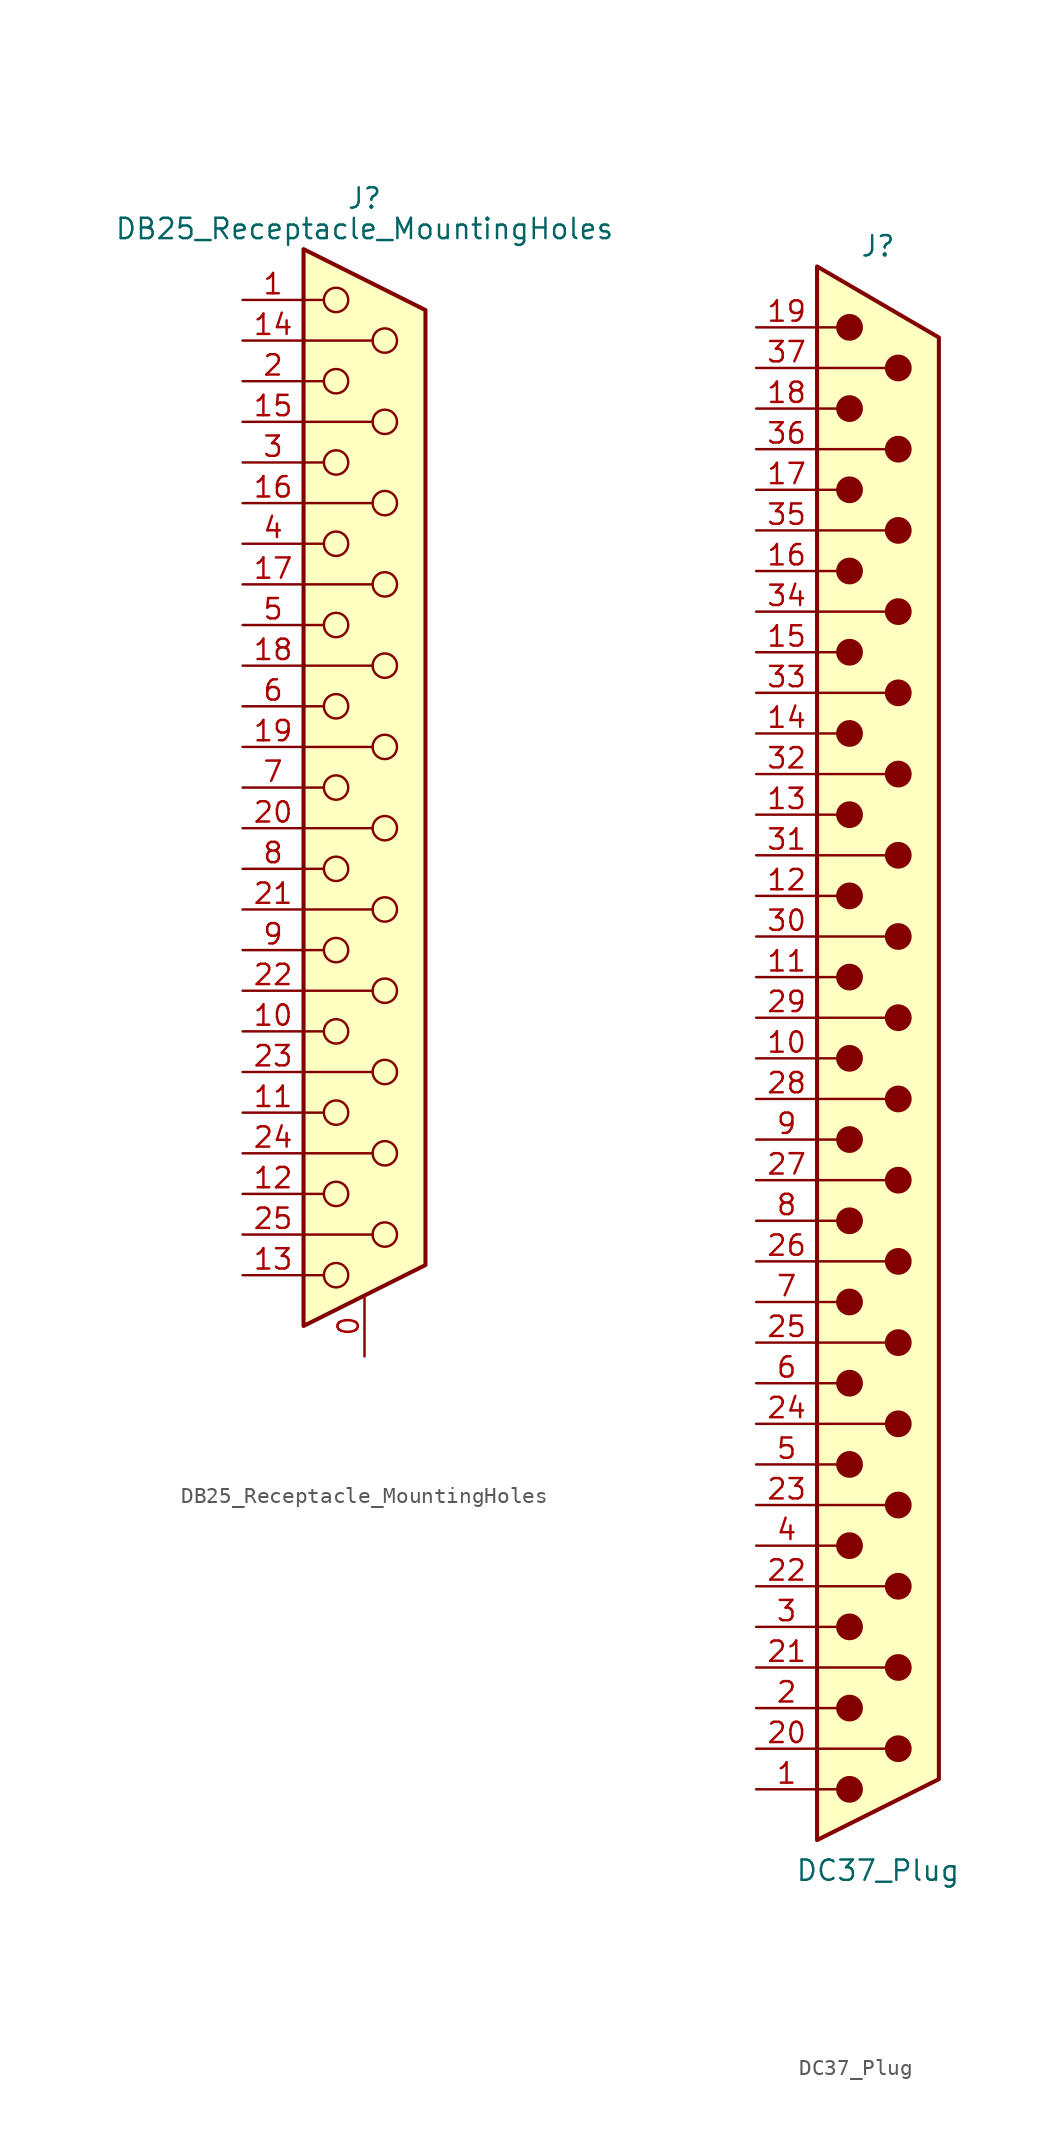
<source format=kicad_sym>
(kicad_symbol_lib
  (version 20241209)
  (generator "kicad_symbol_editor")
  (generator_version "9.0")
  (symbol "DB25_Receptacle_MountingHoles"
    (pin_names
      (offset 1.016)
      (hide yes))
    (property "Reference" "J"
      (at 0 36.83 0)
      (effects (font (size 1.27 1.27))))
    (property "Value" "DB25_Receptacle_MountingHoles"
      (at 0 34.925 0)
      (effects (font (size 1.27 1.27))))
    (symbol "DB25_Receptacle_MountingHoles_0_1"
      (polyline (pts (xy -3.81 33.655) (xy 3.81 29.845) (xy 3.81 -29.845) (xy -3.81 -33.655) (xy -3.81 33.655)) (stroke (width 0.254) (type default)) (fill (type background)))
      (polyline (pts (xy -3.81 30.48) (xy -2.54 30.48)) (stroke (width 0) (type default)) (fill (type none)))
      (polyline (pts (xy -3.81 27.94) (xy 0.508 27.94)) (stroke (width 0) (type default)) (fill (type none)))
      (polyline (pts (xy -3.81 25.4) (xy -2.54 25.4)) (stroke (width 0) (type default)) (fill (type none)))
      (polyline (pts (xy -3.81 22.86) (xy 0.508 22.86)) (stroke (width 0) (type default)) (fill (type none)))
      (polyline (pts (xy -3.81 20.32) (xy -2.54 20.32)) (stroke (width 0) (type default)) (fill (type none)))
      (polyline (pts (xy -3.81 17.78) (xy 0.508 17.78)) (stroke (width 0) (type default)) (fill (type none)))
      (polyline (pts (xy -3.81 15.24) (xy -2.54 15.24)) (stroke (width 0) (type default)) (fill (type none)))
      (polyline (pts (xy -3.81 12.7) (xy 0.508 12.7)) (stroke (width 0) (type default)) (fill (type none)))
      (polyline (pts (xy -3.81 10.16) (xy -2.54 10.16)) (stroke (width 0) (type default)) (fill (type none)))
      (polyline (pts (xy -3.81 7.62) (xy 0.508 7.62)) (stroke (width 0) (type default)) (fill (type none)))
      (polyline (pts (xy -3.81 5.08) (xy -2.54 5.08)) (stroke (width 0) (type default)) (fill (type none)))
      (polyline (pts (xy -3.81 2.54) (xy 0.508 2.54)) (stroke (width 0) (type default)) (fill (type none)))
      (polyline (pts (xy -3.81 0) (xy -2.54 0)) (stroke (width 0) (type default)) (fill (type none)))
      (polyline (pts (xy -3.81 -2.54) (xy 0.508 -2.54)) (stroke (width 0) (type default)) (fill (type none)))
      (polyline (pts (xy -3.81 -5.08) (xy -2.54 -5.08)) (stroke (width 0) (type default)) (fill (type none)))
      (polyline (pts (xy -3.81 -7.62) (xy 0.508 -7.62)) (stroke (width 0) (type default)) (fill (type none)))
      (polyline (pts (xy -3.81 -10.16) (xy -2.54 -10.16)) (stroke (width 0) (type default)) (fill (type none)))
      (polyline (pts (xy -3.81 -12.7) (xy 0.508 -12.7)) (stroke (width 0) (type default)) (fill (type none)))
      (polyline (pts (xy -3.81 -15.24) (xy -2.54 -15.24)) (stroke (width 0) (type default)) (fill (type none)))
      (polyline (pts (xy -3.81 -17.78) (xy 0.508 -17.78)) (stroke (width 0) (type default)) (fill (type none)))
      (polyline (pts (xy -3.81 -20.32) (xy -2.54 -20.32)) (stroke (width 0) (type default)) (fill (type none)))
      (polyline (pts (xy -3.81 -22.86) (xy 0.508 -22.86)) (stroke (width 0) (type default)) (fill (type none)))
      (polyline (pts (xy -3.81 -25.4) (xy -2.54 -25.4)) (stroke (width 0) (type default)) (fill (type none)))
      (polyline (pts (xy -3.81 -27.94) (xy 0.508 -27.94)) (stroke (width 0) (type default)) (fill (type none)))
      (polyline (pts (xy -3.81 -30.48) (xy -2.54 -30.48)) (stroke (width 0) (type default)) (fill (type none)))
      (circle (center -1.778 30.48) (radius 0.762) (stroke (width 0) (type default)) (fill (type none)))
      (circle (center -1.778 25.4) (radius 0.762) (stroke (width 0) (type default)) (fill (type none)))
      (circle (center -1.778 20.32) (radius 0.762) (stroke (width 0) (type default)) (fill (type none)))
      (circle (center -1.778 15.24) (radius 0.762) (stroke (width 0) (type default)) (fill (type none)))
      (circle (center -1.778 10.16) (radius 0.762) (stroke (width 0) (type default)) (fill (type none)))
      (circle (center -1.778 5.08) (radius 0.762) (stroke (width 0) (type default)) (fill (type none)))
      (circle (center -1.778 0) (radius 0.762) (stroke (width 0) (type default)) (fill (type none)))
      (circle (center -1.778 -5.08) (radius 0.762) (stroke (width 0) (type default)) (fill (type none)))
      (circle (center -1.778 -10.16) (radius 0.762) (stroke (width 0) (type default)) (fill (type none)))
      (circle (center -1.778 -15.24) (radius 0.762) (stroke (width 0) (type default)) (fill (type none)))
      (circle (center -1.778 -20.32) (radius 0.762) (stroke (width 0) (type default)) (fill (type none)))
      (circle (center -1.778 -25.4) (radius 0.762) (stroke (width 0) (type default)) (fill (type none)))
      (circle (center -1.778 -30.48) (radius 0.762) (stroke (width 0) (type default)) (fill (type none)))
      (circle (center 1.27 27.94) (radius 0.762) (stroke (width 0) (type default)) (fill (type none)))
      (circle (center 1.27 22.86) (radius 0.762) (stroke (width 0) (type default)) (fill (type none)))
      (circle (center 1.27 17.78) (radius 0.762) (stroke (width 0) (type default)) (fill (type none)))
      (circle (center 1.27 12.7) (radius 0.762) (stroke (width 0) (type default)) (fill (type none)))
      (circle (center 1.27 7.62) (radius 0.762) (stroke (width 0) (type default)) (fill (type none)))
      (circle (center 1.27 2.54) (radius 0.762) (stroke (width 0) (type default)) (fill (type none)))
      (circle (center 1.27 -2.54) (radius 0.762) (stroke (width 0) (type default)) (fill (type none)))
      (circle (center 1.27 -7.62) (radius 0.762) (stroke (width 0) (type default)) (fill (type none)))
      (circle (center 1.27 -12.7) (radius 0.762) (stroke (width 0) (type default)) (fill (type none)))
      (circle (center 1.27 -17.78) (radius 0.762) (stroke (width 0) (type default)) (fill (type none)))
      (circle (center 1.27 -22.86) (radius 0.762) (stroke (width 0) (type default)) (fill (type none)))
      (circle (center 1.27 -27.94) (radius 0.762) (stroke (width 0) (type default)) (fill (type none))))
    (symbol "DB25_Receptacle_MountingHoles_1_1"
      (pin passive line (at -7.62 30.48 0) (length 3.81) (name "1" (effects (font (size 1.27 1.27)))) (number "1" (effects (font (size 1.27 1.27)))))
      (pin passive line (at -7.62 27.94 0) (length 3.81) (name "P14" (effects (font (size 1.27 1.27)))) (number "14" (effects (font (size 1.27 1.27)))))
      (pin passive line (at -7.62 25.4 0) (length 3.81) (name "2" (effects (font (size 1.27 1.27)))) (number "2" (effects (font (size 1.27 1.27)))))
      (pin passive line (at -7.62 22.86 0) (length 3.81) (name "P15" (effects (font (size 1.27 1.27)))) (number "15" (effects (font (size 1.27 1.27)))))
      (pin passive line (at -7.62 20.32 0) (length 3.81) (name "3" (effects (font (size 1.27 1.27)))) (number "3" (effects (font (size 1.27 1.27)))))
      (pin passive line (at -7.62 17.78 0) (length 3.81) (name "P16" (effects (font (size 1.27 1.27)))) (number "16" (effects (font (size 1.27 1.27)))))
      (pin passive line (at -7.62 15.24 0) (length 3.81) (name "4" (effects (font (size 1.27 1.27)))) (number "4" (effects (font (size 1.27 1.27)))))
      (pin passive line (at -7.62 12.7 0) (length 3.81) (name "P17" (effects (font (size 1.27 1.27)))) (number "17" (effects (font (size 1.27 1.27)))))
      (pin passive line (at -7.62 10.16 0) (length 3.81) (name "5" (effects (font (size 1.27 1.27)))) (number "5" (effects (font (size 1.27 1.27)))))
      (pin passive line (at -7.62 7.62 0) (length 3.81) (name "P18" (effects (font (size 1.27 1.27)))) (number "18" (effects (font (size 1.27 1.27)))))
      (pin passive line (at -7.62 5.08 0) (length 3.81) (name "6" (effects (font (size 1.27 1.27)))) (number "6" (effects (font (size 1.27 1.27)))))
      (pin passive line (at -7.62 2.54 0) (length 3.81) (name "P19" (effects (font (size 1.27 1.27)))) (number "19" (effects (font (size 1.27 1.27)))))
      (pin passive line (at -7.62 0 0) (length 3.81) (name "7" (effects (font (size 1.27 1.27)))) (number "7" (effects (font (size 1.27 1.27)))))
      (pin passive line (at -7.62 -2.54 0) (length 3.81) (name "P20" (effects (font (size 1.27 1.27)))) (number "20" (effects (font (size 1.27 1.27)))))
      (pin passive line (at -7.62 -5.08 0) (length 3.81) (name "8" (effects (font (size 1.27 1.27)))) (number "8" (effects (font (size 1.27 1.27)))))
      (pin passive line (at -7.62 -7.62 0) (length 3.81) (name "P21" (effects (font (size 1.27 1.27)))) (number "21" (effects (font (size 1.27 1.27)))))
      (pin passive line (at -7.62 -10.16 0) (length 3.81) (name "9" (effects (font (size 1.27 1.27)))) (number "9" (effects (font (size 1.27 1.27)))))
      (pin passive line (at -7.62 -12.7 0) (length 3.81) (name "P22" (effects (font (size 1.27 1.27)))) (number "22" (effects (font (size 1.27 1.27)))))
      (pin passive line (at -7.62 -15.24 0) (length 3.81) (name "10" (effects (font (size 1.27 1.27)))) (number "10" (effects (font (size 1.27 1.27)))))
      (pin passive line (at -7.62 -17.78 0) (length 3.81) (name "P23" (effects (font (size 1.27 1.27)))) (number "23" (effects (font (size 1.27 1.27)))))
      (pin passive line (at -7.62 -20.32 0) (length 3.81) (name "11" (effects (font (size 1.27 1.27)))) (number "11" (effects (font (size 1.27 1.27)))))
      (pin passive line (at -7.62 -22.86 0) (length 3.81) (name "P24" (effects (font (size 1.27 1.27)))) (number "24" (effects (font (size 1.27 1.27)))))
      (pin passive line (at -7.62 -25.4 0) (length 3.81) (name "12" (effects (font (size 1.27 1.27)))) (number "12" (effects (font (size 1.27 1.27)))))
      (pin passive line (at -7.62 -27.94 0) (length 3.81) (name "P25" (effects (font (size 1.27 1.27)))) (number "25" (effects (font (size 1.27 1.27)))))
      (pin passive line (at -7.62 -30.48 0) (length 3.81) (name "13" (effects (font (size 1.27 1.27)))) (number "13" (effects (font (size 1.27 1.27)))))
      (pin passive line (at 0 -35.56 90) (length 3.81) (name "PAD" (effects (font (size 1.27 1.27)))) (number "0" (effects (font (size 1.27 1.27)))))))
  (symbol "DC37_Plug"
    (pin_names
      (offset 1.016)
      (hide yes))
    (property "Reference" "J"
      (at 0 50.8 0)
      (effects (font (size 1.27 1.27))))
    (property "Value" "DC37_Plug"
      (at 0 -50.8 0)
      (effects (font (size 1.27 1.27))))
    (symbol "DC37_Plug_0_1"
      (polyline (pts (xy -3.81 49.53) (xy 3.81 45.085) (xy 3.81 -45.085) (xy -3.81 -48.895) (xy -3.81 49.53)) (stroke (width 0.254) (type default)) (fill (type background)))
      (polyline (pts (xy -3.81 45.72) (xy -2.54 45.72)) (stroke (width 0) (type default)) (fill (type none)))
      (polyline (pts (xy -3.81 43.18) (xy 0.508 43.18)) (stroke (width 0) (type default)) (fill (type none)))
      (polyline (pts (xy -3.81 40.64) (xy -2.54 40.64)) (stroke (width 0) (type default)) (fill (type none)))
      (polyline (pts (xy -3.81 38.1) (xy 0.508 38.1)) (stroke (width 0) (type default)) (fill (type none)))
      (polyline (pts (xy -3.81 35.56) (xy -2.54 35.56)) (stroke (width 0) (type default)) (fill (type none)))
      (polyline (pts (xy -3.81 33.02) (xy 0.508 33.02)) (stroke (width 0) (type default)) (fill (type none)))
      (polyline (pts (xy -3.81 30.48) (xy -2.54 30.48)) (stroke (width 0) (type default)) (fill (type none)))
      (polyline (pts (xy -3.81 27.94) (xy 0.508 27.94)) (stroke (width 0) (type default)) (fill (type none)))
      (polyline (pts (xy -3.81 25.4) (xy -2.54 25.4)) (stroke (width 0) (type default)) (fill (type none)))
      (polyline (pts (xy -3.81 22.86) (xy 0.508 22.86)) (stroke (width 0) (type default)) (fill (type none)))
      (polyline (pts (xy -3.81 20.32) (xy -2.54 20.32)) (stroke (width 0) (type default)) (fill (type none)))
      (polyline (pts (xy -3.81 17.78) (xy 0.508 17.78)) (stroke (width 0) (type default)) (fill (type none)))
      (polyline (pts (xy -3.81 15.24) (xy -2.54 15.24)) (stroke (width 0) (type default)) (fill (type none)))
      (polyline (pts (xy -3.81 12.7) (xy 0.508 12.7)) (stroke (width 0) (type default)) (fill (type none)))
      (polyline (pts (xy -3.81 10.16) (xy -2.54 10.16)) (stroke (width 0) (type default)) (fill (type none)))
      (polyline (pts (xy -3.81 7.62) (xy 0.508 7.62)) (stroke (width 0) (type default)) (fill (type none)))
      (polyline (pts (xy -3.81 5.08) (xy -2.54 5.08)) (stroke (width 0) (type default)) (fill (type none)))
      (polyline (pts (xy -3.81 2.54) (xy 0.508 2.54)) (stroke (width 0) (type default)) (fill (type none)))
      (polyline (pts (xy -3.81 0) (xy -2.54 0)) (stroke (width 0) (type default)) (fill (type none)))
      (polyline (pts (xy -3.81 -2.54) (xy 0.508 -2.54)) (stroke (width 0) (type default)) (fill (type none)))
      (polyline (pts (xy -3.81 -5.08) (xy -2.54 -5.08)) (stroke (width 0) (type default)) (fill (type none)))
      (polyline (pts (xy -3.81 -7.62) (xy 0.508 -7.62)) (stroke (width 0) (type default)) (fill (type none)))
      (polyline (pts (xy -3.81 -10.16) (xy -2.54 -10.16)) (stroke (width 0) (type default)) (fill (type none)))
      (polyline (pts (xy -3.81 -12.7) (xy 0.508 -12.7)) (stroke (width 0) (type default)) (fill (type none)))
      (polyline (pts (xy -3.81 -15.24) (xy -2.54 -15.24)) (stroke (width 0) (type default)) (fill (type none)))
      (polyline (pts (xy -3.81 -17.78) (xy 0.508 -17.78)) (stroke (width 0) (type default)) (fill (type none)))
      (polyline (pts (xy -3.81 -20.32) (xy -2.54 -20.32)) (stroke (width 0) (type default)) (fill (type none)))
      (polyline (pts (xy -3.81 -22.86) (xy 0.508 -22.86)) (stroke (width 0) (type default)) (fill (type none)))
      (polyline (pts (xy -3.81 -25.4) (xy -2.54 -25.4)) (stroke (width 0) (type default)) (fill (type none)))
      (polyline (pts (xy -3.81 -27.94) (xy 0.508 -27.94)) (stroke (width 0) (type default)) (fill (type none)))
      (polyline (pts (xy -3.81 -30.48) (xy -2.54 -30.48)) (stroke (width 0) (type default)) (fill (type none)))
      (polyline (pts (xy -3.81 -33.02) (xy 0.508 -33.02)) (stroke (width 0) (type default)) (fill (type none)))
      (polyline (pts (xy -3.81 -35.56) (xy -2.54 -35.56)) (stroke (width 0) (type default)) (fill (type none)))
      (polyline (pts (xy -3.81 -38.1) (xy 0.508 -38.1)) (stroke (width 0) (type default)) (fill (type none)))
      (polyline (pts (xy -3.81 -40.64) (xy -2.54 -40.64)) (stroke (width 0) (type default)) (fill (type none)))
      (polyline (pts (xy -3.81 -43.18) (xy 0.508 -43.18)) (stroke (width 0) (type default)) (fill (type none)))
      (polyline (pts (xy -3.81 -45.72) (xy -2.54 -45.72)) (stroke (width 0) (type default)) (fill (type none)))
      (circle (center -1.778 45.72) (radius 0.762) (stroke (width 0) (type default)) (fill (type outline)))
      (circle (center -1.778 40.64) (radius 0.762) (stroke (width 0) (type default)) (fill (type outline)))
      (circle (center -1.778 35.56) (radius 0.762) (stroke (width 0) (type default)) (fill (type outline)))
      (circle (center -1.778 30.48) (radius 0.762) (stroke (width 0) (type default)) (fill (type outline)))
      (circle (center -1.778 25.4) (radius 0.762) (stroke (width 0) (type default)) (fill (type outline)))
      (circle (center -1.778 20.32) (radius 0.762) (stroke (width 0) (type default)) (fill (type outline)))
      (circle (center -1.778 15.24) (radius 0.762) (stroke (width 0) (type default)) (fill (type outline)))
      (circle (center -1.778 10.16) (radius 0.762) (stroke (width 0) (type default)) (fill (type outline)))
      (circle (center -1.778 5.08) (radius 0.762) (stroke (width 0) (type default)) (fill (type outline)))
      (circle (center -1.778 0) (radius 0.762) (stroke (width 0) (type default)) (fill (type outline)))
      (circle (center -1.778 -5.08) (radius 0.762) (stroke (width 0) (type default)) (fill (type outline)))
      (circle (center -1.778 -10.16) (radius 0.762) (stroke (width 0) (type default)) (fill (type outline)))
      (circle (center -1.778 -15.24) (radius 0.762) (stroke (width 0) (type default)) (fill (type outline)))
      (circle (center -1.778 -20.32) (radius 0.762) (stroke (width 0) (type default)) (fill (type outline)))
      (circle (center -1.778 -25.4) (radius 0.762) (stroke (width 0) (type default)) (fill (type outline)))
      (circle (center -1.778 -30.48) (radius 0.762) (stroke (width 0) (type default)) (fill (type outline)))
      (circle (center -1.778 -35.56) (radius 0.762) (stroke (width 0) (type default)) (fill (type outline)))
      (circle (center -1.778 -40.64) (radius 0.762) (stroke (width 0) (type default)) (fill (type outline)))
      (circle (center -1.778 -45.72) (radius 0.762) (stroke (width 0) (type default)) (fill (type outline)))
      (circle (center 1.27 43.18) (radius 0.762) (stroke (width 0) (type default)) (fill (type outline)))
      (circle (center 1.27 38.1) (radius 0.762) (stroke (width 0) (type default)) (fill (type outline)))
      (circle (center 1.27 33.02) (radius 0.762) (stroke (width 0) (type default)) (fill (type outline)))
      (circle (center 1.27 27.94) (radius 0.762) (stroke (width 0) (type default)) (fill (type outline)))
      (circle (center 1.27 22.86) (radius 0.762) (stroke (width 0) (type default)) (fill (type outline)))
      (circle (center 1.27 17.78) (radius 0.762) (stroke (width 0) (type default)) (fill (type outline)))
      (circle (center 1.27 12.7) (radius 0.762) (stroke (width 0) (type default)) (fill (type outline)))
      (circle (center 1.27 7.62) (radius 0.762) (stroke (width 0) (type default)) (fill (type outline)))
      (circle (center 1.27 2.54) (radius 0.762) (stroke (width 0) (type default)) (fill (type outline)))
      (circle (center 1.27 -2.54) (radius 0.762) (stroke (width 0) (type default)) (fill (type outline)))
      (circle (center 1.27 -7.62) (radius 0.762) (stroke (width 0) (type default)) (fill (type outline)))
      (circle (center 1.27 -12.7) (radius 0.762) (stroke (width 0) (type default)) (fill (type outline)))
      (circle (center 1.27 -17.78) (radius 0.762) (stroke (width 0) (type default)) (fill (type outline)))
      (circle (center 1.27 -22.86) (radius 0.762) (stroke (width 0) (type default)) (fill (type outline)))
      (circle (center 1.27 -27.94) (radius 0.762) (stroke (width 0) (type default)) (fill (type outline)))
      (circle (center 1.27 -33.02) (radius 0.762) (stroke (width 0) (type default)) (fill (type outline)))
      (circle (center 1.27 -38.1) (radius 0.762) (stroke (width 0) (type default)) (fill (type outline)))
      (circle (center 1.27 -43.18) (radius 0.762) (stroke (width 0) (type default)) (fill (type outline))))
    (symbol "DC37_Plug_1_1"
      (pin passive line (at -7.62 45.72 0) (length 3.81) (name "19" (effects (font (size 1.27 1.27)))) (number "19" (effects (font (size 1.27 1.27)))))
      (pin passive line (at -7.62 43.18 0) (length 3.81) (name "37" (effects (font (size 1.27 1.27)))) (number "37" (effects (font (size 1.27 1.27)))))
      (pin passive line (at -7.62 40.64 0) (length 3.81) (name "18" (effects (font (size 1.27 1.27)))) (number "18" (effects (font (size 1.27 1.27)))))
      (pin passive line (at -7.62 38.1 0) (length 3.81) (name "36" (effects (font (size 1.27 1.27)))) (number "36" (effects (font (size 1.27 1.27)))))
      (pin passive line (at -7.62 35.56 0) (length 3.81) (name "17" (effects (font (size 1.27 1.27)))) (number "17" (effects (font (size 1.27 1.27)))))
      (pin passive line (at -7.62 33.02 0) (length 3.81) (name "35" (effects (font (size 1.27 1.27)))) (number "35" (effects (font (size 1.27 1.27)))))
      (pin passive line (at -7.62 30.48 0) (length 3.81) (name "16" (effects (font (size 1.27 1.27)))) (number "16" (effects (font (size 1.27 1.27)))))
      (pin passive line (at -7.62 27.94 0) (length 3.81) (name "34" (effects (font (size 1.27 1.27)))) (number "34" (effects (font (size 1.27 1.27)))))
      (pin passive line (at -7.62 25.4 0) (length 3.81) (name "15" (effects (font (size 1.27 1.27)))) (number "15" (effects (font (size 1.27 1.27)))))
      (pin passive line (at -7.62 22.86 0) (length 3.81) (name "33" (effects (font (size 1.27 1.27)))) (number "33" (effects (font (size 1.27 1.27)))))
      (pin passive line (at -7.62 20.32 0) (length 3.81) (name "14" (effects (font (size 1.27 1.27)))) (number "14" (effects (font (size 1.27 1.27)))))
      (pin passive line (at -7.62 17.78 0) (length 3.81) (name "32" (effects (font (size 1.27 1.27)))) (number "32" (effects (font (size 1.27 1.27)))))
      (pin passive line (at -7.62 15.24 0) (length 3.81) (name "13" (effects (font (size 1.27 1.27)))) (number "13" (effects (font (size 1.27 1.27)))))
      (pin passive line (at -7.62 12.7 0) (length 3.81) (name "31" (effects (font (size 1.27 1.27)))) (number "31" (effects (font (size 1.27 1.27)))))
      (pin passive line (at -7.62 10.16 0) (length 3.81) (name "12" (effects (font (size 1.27 1.27)))) (number "12" (effects (font (size 1.27 1.27)))))
      (pin passive line (at -7.62 7.62 0) (length 3.81) (name "30" (effects (font (size 1.27 1.27)))) (number "30" (effects (font (size 1.27 1.27)))))
      (pin passive line (at -7.62 5.08 0) (length 3.81) (name "11" (effects (font (size 1.27 1.27)))) (number "11" (effects (font (size 1.27 1.27)))))
      (pin passive line (at -7.62 2.54 0) (length 3.81) (name "29" (effects (font (size 1.27 1.27)))) (number "29" (effects (font (size 1.27 1.27)))))
      (pin passive line (at -7.62 0 0) (length 3.81) (name "10" (effects (font (size 1.27 1.27)))) (number "10" (effects (font (size 1.27 1.27)))))
      (pin passive line (at -7.62 -2.54 0) (length 3.81) (name "28" (effects (font (size 1.27 1.27)))) (number "28" (effects (font (size 1.27 1.27)))))
      (pin passive line (at -7.62 -5.08 0) (length 3.81) (name "9" (effects (font (size 1.27 1.27)))) (number "9" (effects (font (size 1.27 1.27)))))
      (pin passive line (at -7.62 -7.62 0) (length 3.81) (name "27" (effects (font (size 1.27 1.27)))) (number "27" (effects (font (size 1.27 1.27)))))
      (pin passive line (at -7.62 -10.16 0) (length 3.81) (name "8" (effects (font (size 1.27 1.27)))) (number "8" (effects (font (size 1.27 1.27)))))
      (pin passive line (at -7.62 -12.7 0) (length 3.81) (name "26" (effects (font (size 1.27 1.27)))) (number "26" (effects (font (size 1.27 1.27)))))
      (pin passive line (at -7.62 -15.24 0) (length 3.81) (name "7" (effects (font (size 1.27 1.27)))) (number "7" (effects (font (size 1.27 1.27)))))
      (pin passive line (at -7.62 -17.78 0) (length 3.81) (name "25" (effects (font (size 1.27 1.27)))) (number "25" (effects (font (size 1.27 1.27)))))
      (pin passive line (at -7.62 -20.32 0) (length 3.81) (name "6" (effects (font (size 1.27 1.27)))) (number "6" (effects (font (size 1.27 1.27)))))
      (pin passive line (at -7.62 -22.86 0) (length 3.81) (name "24" (effects (font (size 1.27 1.27)))) (number "24" (effects (font (size 1.27 1.27)))))
      (pin passive line (at -7.62 -25.4 0) (length 3.81) (name "5" (effects (font (size 1.27 1.27)))) (number "5" (effects (font (size 1.27 1.27)))))
      (pin passive line (at -7.62 -27.94 0) (length 3.81) (name "23" (effects (font (size 1.27 1.27)))) (number "23" (effects (font (size 1.27 1.27)))))
      (pin passive line (at -7.62 -30.48 0) (length 3.81) (name "4" (effects (font (size 1.27 1.27)))) (number "4" (effects (font (size 1.27 1.27)))))
      (pin passive line (at -7.62 -33.02 0) (length 3.81) (name "22" (effects (font (size 1.27 1.27)))) (number "22" (effects (font (size 1.27 1.27)))))
      (pin passive line (at -7.62 -35.56 0) (length 3.81) (name "3" (effects (font (size 1.27 1.27)))) (number "3" (effects (font (size 1.27 1.27)))))
      (pin passive line (at -7.62 -38.1 0) (length 3.81) (name "21" (effects (font (size 1.27 1.27)))) (number "21" (effects (font (size 1.27 1.27)))))
      (pin passive line (at -7.62 -40.64 0) (length 3.81) (name "2" (effects (font (size 1.27 1.27)))) (number "2" (effects (font (size 1.27 1.27)))))
      (pin passive line (at -7.62 -43.18 0) (length 3.81) (name "20" (effects (font (size 1.27 1.27)))) (number "20" (effects (font (size 1.27 1.27)))))
      (pin passive line (at -7.62 -45.72 0) (length 3.81) (name "1" (effects (font (size 1.27 1.27)))) (number "1" (effects (font (size 1.27 1.27))))))))
</source>
